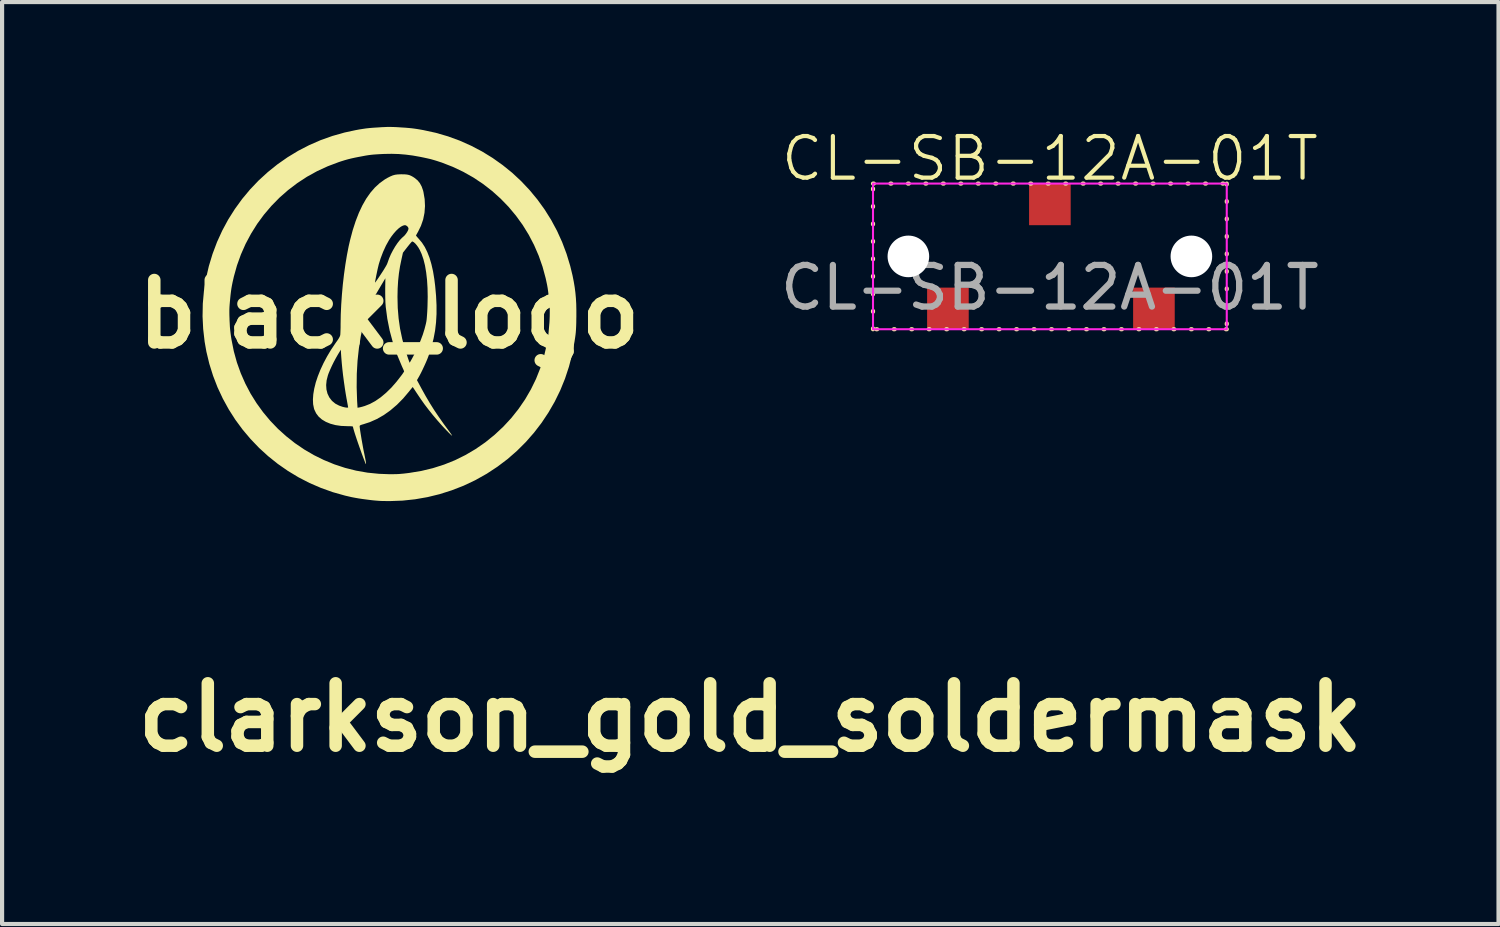
<source format=kicad_pcb>
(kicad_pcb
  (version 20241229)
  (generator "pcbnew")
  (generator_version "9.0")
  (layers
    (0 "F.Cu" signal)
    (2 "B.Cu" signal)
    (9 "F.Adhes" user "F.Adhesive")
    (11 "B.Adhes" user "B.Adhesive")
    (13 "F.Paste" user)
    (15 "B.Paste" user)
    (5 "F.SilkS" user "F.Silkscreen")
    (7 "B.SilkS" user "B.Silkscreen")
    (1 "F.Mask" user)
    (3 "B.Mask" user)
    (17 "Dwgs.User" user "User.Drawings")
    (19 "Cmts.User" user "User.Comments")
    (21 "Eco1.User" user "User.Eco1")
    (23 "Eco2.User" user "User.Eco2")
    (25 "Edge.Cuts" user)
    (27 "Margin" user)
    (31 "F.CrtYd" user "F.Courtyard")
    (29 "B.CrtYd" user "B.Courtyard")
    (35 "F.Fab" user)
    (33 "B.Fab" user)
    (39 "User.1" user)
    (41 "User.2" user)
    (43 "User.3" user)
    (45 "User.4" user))
  (footprint "CL-SB-12A-01T"
    (layer "F.Cu")
    (at 22.177 1.361)
    (property "Reference" "CL-SB-12A-01T" (at 0 -0.6 0) (unlocked yes) (layer "F.SilkS") (effects (font (size 1 1) (thickness 0.1))))
    (attr smd)
    (fp_rect (start -4.25 0) (end 4.25 3.5) (stroke (width 0.1) (type dot)) (fill no) (layer "F.SilkS"))
    (fp_rect (start -4.25 0) (end 4.25 3.5) (stroke (width 0.05) (type default)) (fill no) (layer "F.CrtYd"))
    (fp_text user "${REFERENCE}" (at 0 2.5 0) (unlocked yes) (layer "F.Fab") (effects (font (size 1 1) (thickness 0.15))))
    (pad "" np_thru_hole circle (at -3.4 1.75) (size 1 1) (drill 1) (layers "*.Cu" "*.Mask"))
    (pad "" np_thru_hole circle (at 3.4 1.75) (size 1 1) (drill 1) (layers "*.Cu" "*.Mask"))
    (pad "1" smd rect (at -2.45 3) (size 1 1) (layers "F.Cu" "F.Mask" "F.Paste"))
    (pad "2" smd rect (at 0 0.5) (size 1 1) (layers "F.Cu" "F.Mask" "F.Paste"))
    (pad "3" smd rect (at 2.5 3) (size 1 1) (layers "F.Cu" "F.Mask" "F.Paste")))
  (footprint "black_logo"
    (layer "F.Cu")
    (at 6.3 4.5)
    (property "Reference" "black_logo" (at 0 0 0) (layer "F.SilkS") (effects (font (size 1.5 1.5) (thickness 0.3))))
    (attr board_only exclude_from_pos_files exclude_from_bom)
    (fp_poly (pts (xy 0.074 -4.499) (xy 0.139 -4.497) (xy 0.215 -4.493) (xy 0.289 -4.488) (xy 0.386 -4.482) (xy 0.468 -4.475) (xy 0.541 -4.468) (xy 0.611 -4.459) (xy 0.684 -4.448) (xy 0.766 -4.434) (xy 0.826 -4.423) (xy 1.125 -4.358) (xy 1.416 -4.273) (xy 1.698 -4.17) (xy 1.971 -4.048) (xy 2.234 -3.91) (xy 2.486 -3.755) (xy 2.727 -3.584) (xy 2.956 -3.399) (xy 3.172 -3.198) (xy 3.374 -2.984) (xy 3.562 -2.757) (xy 3.735 -2.518) (xy 3.893 -2.266) (xy 4.034 -2.004) (xy 4.158 -1.731) (xy 4.264 -1.449) (xy 4.352 -1.158) (xy 4.407 -0.931) (xy 4.436 -0.785) (xy 4.459 -0.648) (xy 4.476 -0.516) (xy 4.488 -0.384) (xy 4.496 -0.246) (xy 4.499 -0.098) (xy 4.499 0.065) (xy 4.498 0.095) (xy 4.497 0.189) (xy 4.495 0.265) (xy 4.492 0.329) (xy 4.489 0.386) (xy 4.485 0.439) (xy 4.479 0.493) (xy 4.471 0.552) (xy 4.46 0.622) (xy 4.454 0.662) (xy 4.398 0.965) (xy 4.321 1.261) (xy 4.226 1.549) (xy 4.112 1.829) (xy 3.98 2.099) (xy 3.83 2.359) (xy 3.664 2.609) (xy 3.482 2.846) (xy 3.284 3.072) (xy 3.071 3.284) (xy 2.844 3.482) (xy 2.603 3.664) (xy 2.348 3.832) (xy 2.081 3.982) (xy 2.062 3.992) (xy 1.789 4.121) (xy 1.506 4.231) (xy 1.217 4.323) (xy 0.922 4.395) (xy 0.624 4.447) (xy 0.324 4.479) (xy 0.024 4.49) (xy -0.006 4.49) (xy -0.093 4.489) (xy -0.167 4.488) (xy -0.234 4.485) (xy -0.3 4.48) (xy -0.37 4.474) (xy -0.45 4.465) (xy -0.535 4.454) (xy -0.642 4.44) (xy -0.734 4.426) (xy -0.819 4.411) (xy -0.903 4.395) (xy -0.993 4.374) (xy -1.058 4.359) (xy -1.353 4.276) (xy -1.638 4.174) (xy -1.914 4.055) (xy -2.179 3.918) (xy -2.434 3.764) (xy -2.677 3.595) (xy -2.908 3.41) (xy -3.125 3.212) (xy -3.329 2.999) (xy -3.519 2.774) (xy -3.694 2.537) (xy -3.853 2.288) (xy -3.996 2.028) (xy -4.122 1.759) (xy -4.23 1.48) (xy -4.32 1.193) (xy -4.391 0.898) (xy -4.433 0.661) (xy -4.468 0.354) (xy -4.483 0.049) (xy -4.481 -0.04) (xy -3.839 -0.04) (xy -3.838 0.028) (xy -3.835 0.109) (xy -3.835 0.127) (xy -3.83 0.224) (xy -3.826 0.306) (xy -3.819 0.381) (xy -3.81 0.456) (xy -3.799 0.538) (xy -3.787 0.614) (xy -3.732 0.89) (xy -3.658 1.158) (xy -3.565 1.418) (xy -3.455 1.668) (xy -3.329 1.908) (xy -3.186 2.137) (xy -3.028 2.355) (xy -2.856 2.561) (xy -2.671 2.754) (xy -2.472 2.933) (xy -2.262 3.099) (xy -2.04 3.25) (xy -1.809 3.385) (xy -1.567 3.504) (xy -1.317 3.607) (xy -1.059 3.692) (xy -0.793 3.759) (xy -0.521 3.807) (xy -0.244 3.835) (xy -0.005 3.844) (xy 0.081 3.844) (xy 0.154 3.843) (xy 0.218 3.841) (xy 0.28 3.836) (xy 0.347 3.83) (xy 0.424 3.821) (xy 0.487 3.813) (xy 0.773 3.766) (xy 1.051 3.699) (xy 1.321 3.613) (xy 1.583 3.508) (xy 1.835 3.383) (xy 2.078 3.24) (xy 2.309 3.08) (xy 2.533 2.899) (xy 2.742 2.704) (xy 2.934 2.497) (xy 3.109 2.277) (xy 3.267 2.047) (xy 3.407 1.806) (xy 3.529 1.556) (xy 3.632 1.297) (xy 3.717 1.03) (xy 3.782 0.756) (xy 3.828 0.476) (xy 3.853 0.19) (xy 3.856 0.127) (xy 3.859 0.043) (xy 3.86 -0.027) (xy 3.86 -0.088) (xy 3.859 -0.146) (xy 3.855 -0.206) (xy 3.85 -0.274) (xy 3.842 -0.357) (xy 3.84 -0.376) (xy 3.83 -0.473) (xy 3.82 -0.555) (xy 3.809 -0.63) (xy 3.796 -0.704) (xy 3.779 -0.784) (xy 3.761 -0.867) (xy 3.687 -1.14) (xy 3.594 -1.406) (xy 3.483 -1.662) (xy 3.355 -1.908) (xy 3.21 -2.143) (xy 3.048 -2.367) (xy 2.871 -2.579) (xy 2.679 -2.777) (xy 2.474 -2.961) (xy 2.255 -3.131) (xy 2.024 -3.285) (xy 1.781 -3.422) (xy 1.527 -3.542) (xy 1.263 -3.645) (xy 1.231 -3.655) (xy 1.146 -3.683) (xy 1.07 -3.706) (xy 0.996 -3.727) (xy 0.918 -3.745) (xy 0.83 -3.764) (xy 0.747 -3.781) (xy 0.567 -3.813) (xy 0.397 -3.835) (xy 0.23 -3.849) (xy 0.061 -3.854) (xy -0.119 -3.851) (xy -0.225 -3.846) (xy -0.305 -3.841) (xy -0.374 -3.836) (xy -0.435 -3.83) (xy -0.496 -3.822) (xy -0.56 -3.812) (xy -0.634 -3.798) (xy -0.724 -3.781) (xy -0.726 -3.781) (xy -0.826 -3.761) (xy -0.912 -3.742) (xy -0.988 -3.723) (xy -1.063 -3.702) (xy -1.14 -3.678) (xy -1.21 -3.655) (xy -1.475 -3.555) (xy -1.731 -3.437) (xy -1.975 -3.302) (xy -2.207 -3.15) (xy -2.428 -2.982) (xy -2.635 -2.8) (xy -2.828 -2.603) (xy -3.007 -2.393) (xy -3.17 -2.171) (xy -3.317 -1.936) (xy -3.448 -1.691) (xy -3.561 -1.436) (xy -3.656 -1.172) (xy -3.732 -0.9) (xy -3.739 -0.867) (xy -3.76 -0.776) (xy -3.776 -0.697) (xy -3.789 -0.624) (xy -3.8 -0.548) (xy -3.81 -0.465) (xy -3.819 -0.376) (xy -3.827 -0.29) (xy -3.833 -0.219) (xy -3.837 -0.157) (xy -3.839 -0.1) (xy -3.839 -0.04) (xy -4.481 -0.04) (xy -4.477 -0.254) (xy -4.45 -0.555) (xy -4.401 -0.855) (xy -4.332 -1.154) (xy -4.243 -1.448) (xy -4.135 -1.735) (xy -4.009 -2.011) (xy -3.866 -2.276) (xy -3.706 -2.529) (xy -3.531 -2.77) (xy -3.34 -2.999) (xy -3.135 -3.214) (xy -2.916 -3.414) (xy -2.685 -3.6) (xy -2.442 -3.77) (xy -2.187 -3.925) (xy -1.922 -4.062) (xy -1.647 -4.182) (xy -1.363 -4.283) (xy -1.07 -4.366) (xy -0.805 -4.423) (xy -0.714 -4.44) (xy -0.636 -4.452) (xy -0.564 -4.463) (xy -0.494 -4.471) (xy -0.418 -4.478) (xy -0.332 -4.484) (xy -0.267 -4.488) (xy -0.178 -4.494) (xy -0.105 -4.497) (xy -0.042 -4.5) (xy 0.016 -4.5)) (stroke (width 0) (type solid)) (fill yes) (layer "F.SilkS"))
    (fp_poly (pts (xy 0.375 -3.361) (xy 0.433 -3.355) (xy 0.482 -3.344) (xy 0.528 -3.325) (xy 0.577 -3.298) (xy 0.614 -3.273) (xy 0.684 -3.216) (xy 0.739 -3.148) (xy 0.783 -3.066) (xy 0.817 -2.968) (xy 0.825 -2.934) (xy 0.854 -2.765) (xy 0.862 -2.599) (xy 0.85 -2.436) (xy 0.818 -2.277) (xy 0.765 -2.124) (xy 0.693 -1.977) (xy 0.689 -1.971) (xy 0.669 -1.935) (xy 0.654 -1.908) (xy 0.646 -1.892) (xy 0.646 -1.89) (xy 0.653 -1.88) (xy 0.671 -1.858) (xy 0.697 -1.828) (xy 0.711 -1.813) (xy 0.789 -1.72) (xy 0.858 -1.613) (xy 0.918 -1.491) (xy 0.971 -1.355) (xy 1.016 -1.202) (xy 1.055 -1.032) (xy 1.086 -0.843) (xy 1.106 -0.683) (xy 1.128 -0.442) (xy 1.139 -0.216) (xy 1.139 -0.003) (xy 1.127 0.2) (xy 1.104 0.395) (xy 1.068 0.586) (xy 1.02 0.776) (xy 0.96 0.966) (xy 0.945 1.006) (xy 0.919 1.075) (xy 0.885 1.156) (xy 0.845 1.244) (xy 0.804 1.332) (xy 0.763 1.415) (xy 0.725 1.487) (xy 0.706 1.52) (xy 0.669 1.584) (xy 0.777 1.785) (xy 0.878 1.967) (xy 0.979 2.138) (xy 1.083 2.304) (xy 1.195 2.47) (xy 1.316 2.642) (xy 1.384 2.734) (xy 1.423 2.787) (xy 1.458 2.835) (xy 1.486 2.874) (xy 1.505 2.903) (xy 1.514 2.918) (xy 1.515 2.919) (xy 1.508 2.917) (xy 1.489 2.902) (xy 1.46 2.874) (xy 1.423 2.837) (xy 1.379 2.792) (xy 1.331 2.741) (xy 1.28 2.687) (xy 1.229 2.63) (xy 1.18 2.574) (xy 1.161 2.553) (xy 1.048 2.419) (xy 0.948 2.294) (xy 0.854 2.171) (xy 0.764 2.044) (xy 0.689 1.933) (xy 0.653 1.879) (xy 0.621 1.83) (xy 0.595 1.791) (xy 0.577 1.764) (xy 0.568 1.751) (xy 0.567 1.75) (xy 0.56 1.757) (xy 0.543 1.778) (xy 0.517 1.809) (xy 0.486 1.848) (xy 0.48 1.856) (xy 0.337 2.025) (xy 0.188 2.176) (xy 0.032 2.309) (xy -0.128 2.423) (xy -0.294 2.518) (xy -0.463 2.593) (xy -0.614 2.642) (xy -0.659 2.655) (xy -0.687 2.665) (xy -0.702 2.676) (xy -0.708 2.687) (xy -0.708 2.688) (xy -0.707 2.707) (xy -0.703 2.744) (xy -0.696 2.796) (xy -0.686 2.86) (xy -0.674 2.934) (xy -0.661 3.013) (xy -0.646 3.096) (xy -0.631 3.18) (xy -0.616 3.261) (xy -0.6 3.337) (xy -0.592 3.376) (xy -0.576 3.456) (xy -0.564 3.519) (xy -0.557 3.565) (xy -0.555 3.593) (xy -0.557 3.602) (xy -0.564 3.592) (xy -0.57 3.58) (xy -0.596 3.513) (xy -0.625 3.437) (xy -0.656 3.353) (xy -0.687 3.266) (xy -0.719 3.177) (xy -0.75 3.088) (xy -0.779 3.003) (xy -0.805 2.924) (xy -0.828 2.853) (xy -0.846 2.793) (xy -0.86 2.746) (xy -0.867 2.715) (xy -0.869 2.705) (xy -0.873 2.699) (xy -0.886 2.695) (xy -0.913 2.692) (xy -0.956 2.691) (xy -1.005 2.69) (xy -1.154 2.684) (xy -1.29 2.664) (xy -1.413 2.631) (xy -1.521 2.586) (xy -1.615 2.53) (xy -1.693 2.462) (xy -1.753 2.383) (xy -1.796 2.294) (xy -1.805 2.267) (xy -1.826 2.164) (xy -1.831 2.048) (xy -1.822 1.922) (xy -1.799 1.786) (xy -1.778 1.703) (xy -1.513 1.703) (xy -1.506 1.809) (xy -1.481 1.908) (xy -1.438 1.998) (xy -1.377 2.077) (xy -1.367 2.087) (xy -1.292 2.149) (xy -1.202 2.196) (xy -1.119 2.225) (xy -1.074 2.236) (xy -1.035 2.243) (xy -1.004 2.245) (xy -0.987 2.242) (xy -0.985 2.238) (xy -0.987 2.226) (xy -0.992 2.196) (xy -1 2.153) (xy -1.01 2.098) (xy -1.021 2.036) (xy -1.022 2.034) (xy -1.044 1.906) (xy -1.066 1.765) (xy -1.067 1.756) (xy -0.78 1.756) (xy -0.769 2.086) (xy -0.766 2.132) (xy -0.759 2.247) (xy -0.716 2.24) (xy -0.685 2.233) (xy -0.642 2.222) (xy -0.596 2.208) (xy -0.588 2.206) (xy -0.461 2.156) (xy -0.333 2.087) (xy -0.204 1.998) (xy -0.075 1.89) (xy 0.053 1.765) (xy 0.178 1.622) (xy 0.29 1.478) (xy 0.319 1.439) (xy 0.341 1.406) (xy 0.356 1.383) (xy 0.36 1.374) (xy 0.356 1.362) (xy 0.345 1.334) (xy 0.327 1.295) (xy 0.306 1.248) (xy 0.301 1.236) (xy 0.187 0.963) (xy 0.091 0.682) (xy 0.014 0.398) (xy -0.043 0.112) (xy -0.081 -0.173) (xy -0.085 -0.225) (xy -0.089 -0.28) (xy -0.091 -0.351) (xy -0.093 -0.413) (xy 0.201 -0.413) (xy 0.207 -0.15) (xy 0.228 0.102) (xy 0.263 0.347) (xy 0.314 0.59) (xy 0.355 0.747) (xy 0.368 0.792) (xy 0.384 0.845) (xy 0.403 0.904) (xy 0.422 0.963) (xy 0.441 1.021) (xy 0.459 1.074) (xy 0.474 1.117) (xy 0.486 1.148) (xy 0.492 1.164) (xy 0.493 1.165) (xy 0.499 1.156) (xy 0.513 1.133) (xy 0.533 1.098) (xy 0.557 1.055) (xy 0.559 1.051) (xy 0.63 0.916) (xy 0.696 0.775) (xy 0.756 0.632) (xy 0.809 0.491) (xy 0.851 0.356) (xy 0.883 0.232) (xy 0.896 0.169) (xy 0.901 0.133) (xy 0.906 0.08) (xy 0.911 0.014) (xy 0.916 -0.06) (xy 0.92 -0.139) (xy 0.922 -0.191) (xy 0.927 -0.415) (xy 0.923 -0.627) (xy 0.911 -0.824) (xy 0.89 -1.005) (xy 0.862 -1.171) (xy 0.825 -1.319) (xy 0.78 -1.449) (xy 0.737 -1.543) (xy 0.702 -1.604) (xy 0.664 -1.657) (xy 0.626 -1.701) (xy 0.591 -1.732) (xy 0.561 -1.747) (xy 0.553 -1.748) (xy 0.543 -1.74) (xy 0.523 -1.718) (xy 0.495 -1.685) (xy 0.461 -1.643) (xy 0.437 -1.613) (xy 0.332 -1.478) (xy 0.299 -1.329) (xy 0.262 -1.151) (xy 0.235 -0.977) (xy 0.216 -0.8) (xy 0.205 -0.616) (xy 0.201 -0.417) (xy 0.201 -0.413) (xy -0.093 -0.413) (xy -0.093 -0.431) (xy -0.094 -0.516) (xy -0.094 -0.598) (xy -0.094 -0.617) (xy -0.09 -0.864) (xy -0.193 -0.691) (xy -0.265 -0.569) (xy -0.327 -0.463) (xy -0.379 -0.372) (xy -0.422 -0.294) (xy -0.458 -0.226) (xy -0.487 -0.168) (xy -0.51 -0.117) (xy -0.529 -0.072) (xy -0.543 -0.031) (xy -0.545 -0.026) (xy -0.619 0.24) (xy -0.68 0.521) (xy -0.726 0.814) (xy -0.759 1.119) (xy -0.777 1.433) (xy -0.78 1.756) (xy -1.067 1.756) (xy -1.087 1.616) (xy -1.107 1.465) (xy -1.124 1.315) (xy -1.138 1.171) (xy -1.149 1.038) (xy -1.157 0.921) (xy -1.157 0.911) (xy -1.16 0.853) (xy -1.232 0.971) (xy -1.281 1.057) (xy -1.331 1.15) (xy -1.378 1.246) (xy -1.42 1.339) (xy -1.455 1.423) (xy -1.472 1.472) (xy -1.502 1.59) (xy -1.513 1.703) (xy -1.778 1.703) (xy -1.763 1.641) (xy -1.713 1.491) (xy -1.651 1.335) (xy -1.577 1.176) (xy -1.492 1.016) (xy -1.396 0.855) (xy -1.289 0.696) (xy -1.273 0.673) (xy -1.233 0.617) (xy -1.205 0.573) (xy -1.187 0.539) (xy -1.177 0.511) (xy -1.174 0.499) (xy -1.172 0.473) (xy -1.17 0.431) (xy -1.168 0.375) (xy -1.166 0.311) (xy -1.166 0.242) (xy -1.166 0.233) (xy -1.162 0.005) (xy -1.151 -0.232) (xy -1.134 -0.474) (xy -1.112 -0.718) (xy -1.107 -0.76) (xy -0.339 -0.76) (xy -0.333 -0.765) (xy -0.318 -0.785) (xy -0.294 -0.819) (xy -0.263 -0.863) (xy -0.227 -0.917) (xy -0.196 -0.964) (xy -0.146 -1.04) (xy -0.108 -1.102) (xy -0.078 -1.152) (xy -0.056 -1.192) (xy -0.041 -1.227) (xy -0.031 -1.255) (xy 0.001 -1.345) (xy 0.042 -1.44) (xy 0.091 -1.534) (xy 0.144 -1.625) (xy 0.2 -1.708) (xy 0.256 -1.78) (xy 0.311 -1.837) (xy 0.333 -1.856) (xy 0.368 -1.888) (xy 0.402 -1.929) (xy 0.432 -1.973) (xy 0.454 -2.014) (xy 0.465 -2.048) (xy 0.466 -2.055) (xy 0.457 -2.087) (xy 0.433 -2.116) (xy 0.402 -2.135) (xy 0.379 -2.14) (xy 0.335 -2.13) (xy 0.284 -2.104) (xy 0.228 -2.062) (xy 0.169 -2.006) (xy 0.109 -1.938) (xy 0.05 -1.861) (xy -0.000227 -1.785) (xy -0.076 -1.649) (xy -0.145 -1.498) (xy -0.205 -1.34) (xy -0.248 -1.202) (xy -0.257 -1.165) (xy -0.269 -1.116) (xy -0.282 -1.058) (xy -0.295 -0.996) (xy -0.308 -0.934) (xy -0.319 -0.876) (xy -0.329 -0.825) (xy -0.336 -0.786) (xy -0.339 -0.763) (xy -0.339 -0.76) (xy -1.107 -0.76) (xy -1.084 -0.959) (xy -1.051 -1.194) (xy -1.014 -1.418) (xy -0.973 -1.629) (xy -0.937 -1.785) (xy -0.874 -2.022) (xy -0.803 -2.24) (xy -0.726 -2.438) (xy -0.642 -2.616) (xy -0.55 -2.777) (xy -0.451 -2.918) (xy -0.344 -3.042) (xy -0.229 -3.148) (xy -0.106 -3.237) (xy -0.042 -3.275) (xy 0.027 -3.31) (xy 0.086 -3.335) (xy 0.144 -3.351) (xy 0.207 -3.359) (xy 0.281 -3.362) (xy 0.302 -3.362)) (stroke (width 0) (type solid)) (fill yes) (layer "F.SilkS")))
  (footprint "clarkson_gold_soldermask"
    (layer "F.Cu")
    (at 14.979 14.19)
    (property "Reference" "clarkson_gold_soldermask" (at 0 0 0) (layer "F.SilkS") (effects (font (size 1.5 1.5) (thickness 0.3))))
    (attr board_only exclude_from_pos_files exclude_from_bom)
    (fp_poly (pts (xy -1.399 -2.2) (xy -0.906 -2.2) (xy 0.501 -0.96) (xy 1.909 0.279) (xy 1.911 0.766) (xy 1.914 1.254) (xy 1.513 1.607) (xy 1.436 1.674) (xy 1.363 1.738) (xy 1.297 1.796) (xy 1.238 1.848) (xy 1.188 1.891) (xy 1.149 1.925) (xy 1.122 1.949) (xy 1.108 1.96) (xy 1.106 1.962) (xy 1.098 1.955) (xy 1.075 1.936) (xy 1.038 1.904) (xy 0.989 1.861) (xy 0.926 1.807) (xy 0.853 1.742) (xy 0.768 1.668) (xy 0.673 1.585) (xy 0.569 1.494) (xy 0.456 1.395) (xy 0.335 1.289) (xy 0.206 1.176) (xy 0.072 1.058) (xy -0.069 0.934) (xy -0.214 0.807) (xy -0.364 0.675) (xy -0.382 0.658) (xy 0.506 0.658) (xy 0.512 0.751) (xy 0.535 0.841) (xy 0.575 0.926) (xy 0.632 1.003) (xy 0.674 1.045) (xy 0.752 1.101) (xy 0.84 1.14) (xy 0.934 1.162) (xy 1.03 1.167) (xy 1.126 1.153) (xy 1.148 1.146) (xy 1.241 1.107) (xy 1.322 1.052) (xy 1.39 0.981) (xy 1.444 0.895) (xy 1.448 0.887) (xy 1.483 0.794) (xy 1.498 0.698) (xy 1.494 0.603) (xy 1.472 0.511) (xy 1.432 0.424) (xy 1.374 0.345) (xy 1.357 0.326) (xy 1.28 0.263) (xy 1.196 0.216) (xy 1.106 0.187) (xy 1.014 0.176) (xy 0.921 0.182) (xy 0.831 0.205) (xy 0.746 0.247) (xy 0.668 0.306) (xy 0.656 0.317) (xy 0.593 0.393) (xy 0.547 0.477) (xy 0.518 0.566) (xy 0.506 0.658) (xy -0.382 0.658) (xy -0.396 0.647) (xy -1.39 -0.228) (xy -0.488 -0.228) (xy -0.484 -0.136) (xy -0.462 -0.047) (xy -0.425 0.037) (xy -0.374 0.113) (xy -0.309 0.179) (xy -0.231 0.232) (xy -0.143 0.27) (xy -0.106 0.281) (xy -0.037 0.293) (xy 0.027 0.295) (xy 0.098 0.286) (xy 0.191 0.258) (xy 0.277 0.213) (xy 0.353 0.152) (xy 0.416 0.076) (xy 0.453 0.013) (xy 0.473 -0.03) (xy 0.486 -0.063) (xy 0.494 -0.095) (xy 0.498 -0.132) (xy 0.5 -0.174) (xy 0.496 -0.276) (xy 0.476 -0.368) (xy 0.44 -0.45) (xy 0.385 -0.526) (xy 0.358 -0.555) (xy 0.281 -0.617) (xy 0.196 -0.663) (xy 0.105 -0.69) (xy 0.01 -0.7) (xy -0.086 -0.691) (xy -0.179 -0.664) (xy -0.249 -0.63) (xy -0.3 -0.593) (xy -0.351 -0.543) (xy -0.398 -0.486) (xy -0.434 -0.429) (xy -0.442 -0.414) (xy -0.474 -0.322) (xy -0.488 -0.228) (xy -1.39 -0.228) (xy -1.892 -0.67) (xy -1.892 -1.124) (xy -1.48 -1.124) (xy -1.48 -1.03) (xy -1.462 -0.939) (xy -1.428 -0.854) (xy -1.379 -0.775) (xy -1.315 -0.707) (xy -1.239 -0.65) (xy -1.15 -0.608) (xy -1.116 -0.597) (xy -1.076 -0.59) (xy -1.02 -0.587) (xy -0.966 -0.587) (xy -0.916 -0.589) (xy -0.879 -0.593) (xy -0.848 -0.6) (xy -0.816 -0.613) (xy -0.784 -0.627) (xy -0.697 -0.679) (xy -0.625 -0.742) (xy -0.568 -0.816) (xy -0.526 -0.897) (xy -0.5 -0.984) (xy -0.491 -1.074) (xy -0.498 -1.164) (xy -0.523 -1.253) (xy -0.565 -1.338) (xy -0.625 -1.417) (xy -0.631 -1.423) (xy -0.706 -1.487) (xy -0.789 -1.534) (xy -0.88 -1.564) (xy -0.975 -1.575) (xy -1.071 -1.568) (xy -1.167 -1.542) (xy -1.22 -1.518) (xy -1.267 -1.488) (xy -1.317 -1.446) (xy -1.366 -1.397) (xy -1.405 -1.347) (xy -1.426 -1.312) (xy -1.463 -1.219) (xy -1.48 -1.124) (xy -1.892 -1.124) (xy -1.893 -1.435) (xy -1.893 -2.2)) (stroke (width 0) (type solid)) (fill yes) (layer "F.Mask")))
  (gr_rect
    (start -3 -3)
    (end 32.957 19.152)
    (stroke (width 0.1) (type default))
    (fill no)
    (layer "Edge.Cuts")))
</source>
